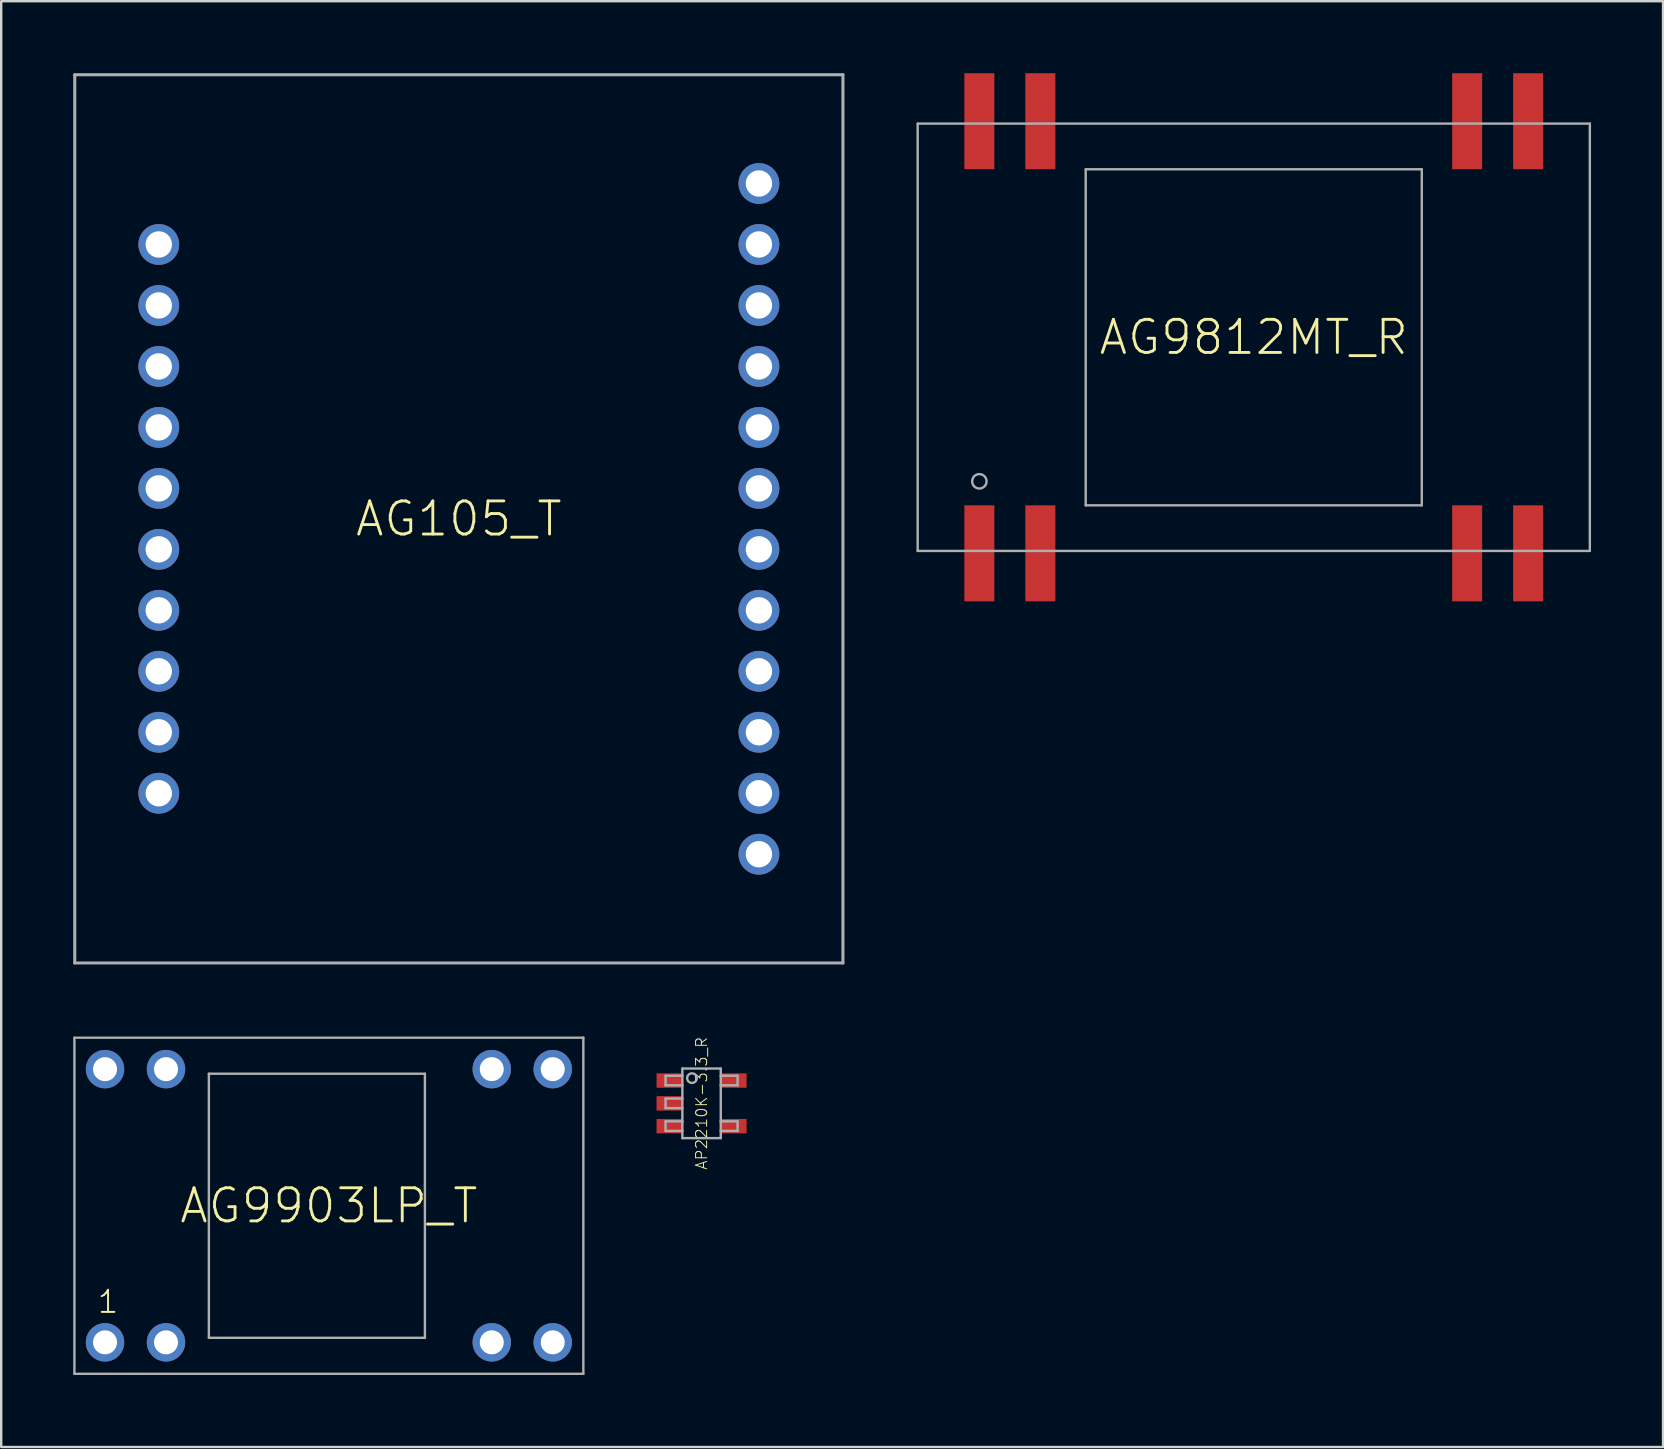
<source format=kicad_pcb>
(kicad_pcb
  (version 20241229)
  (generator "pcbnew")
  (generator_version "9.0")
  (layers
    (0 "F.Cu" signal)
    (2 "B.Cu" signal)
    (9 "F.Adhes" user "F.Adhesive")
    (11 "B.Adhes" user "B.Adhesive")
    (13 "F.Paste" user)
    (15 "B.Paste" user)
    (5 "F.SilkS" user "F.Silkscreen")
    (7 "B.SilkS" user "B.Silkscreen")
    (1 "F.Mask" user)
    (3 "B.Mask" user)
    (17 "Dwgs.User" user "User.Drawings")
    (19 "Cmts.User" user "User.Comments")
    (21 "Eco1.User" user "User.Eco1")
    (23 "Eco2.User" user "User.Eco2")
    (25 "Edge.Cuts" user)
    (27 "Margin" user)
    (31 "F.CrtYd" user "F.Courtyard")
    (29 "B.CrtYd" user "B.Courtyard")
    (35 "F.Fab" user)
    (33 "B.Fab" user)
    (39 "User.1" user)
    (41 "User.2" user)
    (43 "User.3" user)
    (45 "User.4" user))
  (footprint "AP2210K-3.3_R"
    (layer "F.Cu")
    (at 26.175 42.912)
    (property "Reference" "AP2210K-3.3_R" (at 0 0 90) (unlocked yes) (layer "F.SilkS") (effects (font (size 0.46 0.46) (thickness 0.04))))
    (fp_line (start -1.5 -1.15) (end -1.5 -0.75) (stroke (width 0.1) (type solid)) (layer "F.Fab"))
    (fp_line (start -1.5 -0.75) (end -0.8 -0.75) (stroke (width 0.1) (type solid)) (layer "F.Fab"))
    (fp_line (start -1.5 -0.2) (end -1.5 0.2) (stroke (width 0.1) (type solid)) (layer "F.Fab"))
    (fp_line (start -1.5 0.75) (end -1.5 1.15) (stroke (width 0.1) (type solid)) (layer "F.Fab"))
    (fp_line (start -0.8 -1.45) (end 0.8 -1.45) (stroke (width 0.1) (type solid)) (layer "F.Fab"))
    (fp_line (start -0.8 -1.15) (end -1.5 -1.15) (stroke (width 0.1) (type solid)) (layer "F.Fab"))
    (fp_line (start -0.8 -1.15) (end -0.8 -1.45) (stroke (width 0.1) (type solid)) (layer "F.Fab"))
    (fp_line (start -0.8 -0.75) (end -0.8 -1.15) (stroke (width 0.1) (type solid)) (layer "F.Fab"))
    (fp_line (start -0.8 -0.2) (end -1.5 -0.2) (stroke (width 0.1) (type solid)) (layer "F.Fab"))
    (fp_line (start -0.8 -0.2) (end -0.8 -0.75) (stroke (width 0.1) (type solid)) (layer "F.Fab"))
    (fp_line (start -0.8 0.2) (end -1.5 0.2) (stroke (width 0.1) (type solid)) (layer "F.Fab"))
    (fp_line (start -0.8 0.2) (end -0.8 -0.2) (stroke (width 0.1) (type solid)) (layer "F.Fab"))
    (fp_line (start -0.8 0.75) (end -1.5 0.75) (stroke (width 0.1) (type solid)) (layer "F.Fab"))
    (fp_line (start -0.8 0.75) (end -0.8 0.2) (stroke (width 0.1) (type solid)) (layer "F.Fab"))
    (fp_line (start -0.8 1.15) (end -1.5 1.15) (stroke (width 0.1) (type solid)) (layer "F.Fab"))
    (fp_line (start -0.8 1.15) (end -0.8 0.75) (stroke (width 0.1) (type solid)) (layer "F.Fab"))
    (fp_line (start -0.8 1.45) (end -0.8 1.15) (stroke (width 0.1) (type solid)) (layer "F.Fab"))
    (fp_line (start 0.8 -1.45) (end 0.8 -1.15) (stroke (width 0.1) (type solid)) (layer "F.Fab"))
    (fp_line (start 0.8 -1.15) (end 0.8 -0.75) (stroke (width 0.1) (type solid)) (layer "F.Fab"))
    (fp_line (start 0.8 -0.75) (end 0.8 0.75) (stroke (width 0.1) (type solid)) (layer "F.Fab"))
    (fp_line (start 0.8 0.75) (end 0.8 1.15) (stroke (width 0.1) (type solid)) (layer "F.Fab"))
    (fp_line (start 0.8 1.15) (end 0.8 1.45) (stroke (width 0.1) (type solid)) (layer "F.Fab"))
    (fp_line (start 0.8 1.45) (end -0.8 1.45) (stroke (width 0.1) (type solid)) (layer "F.Fab"))
    (fp_line (start 1.5 -1.15) (end 0.8 -1.15) (stroke (width 0.1) (type solid)) (layer "F.Fab"))
    (fp_line (start 1.5 -1.15) (end 1.5 -0.75) (stroke (width 0.1) (type solid)) (layer "F.Fab"))
    (fp_line (start 1.5 -0.75) (end 0.8 -0.75) (stroke (width 0.1) (type solid)) (layer "F.Fab"))
    (fp_line (start 1.5 0.75) (end 0.8 0.75) (stroke (width 0.1) (type solid)) (layer "F.Fab"))
    (fp_line (start 1.5 0.75) (end 1.5 1.15) (stroke (width 0.1) (type solid)) (layer "F.Fab"))
    (fp_line (start 1.5 1.15) (end 0.8 1.15) (stroke (width 0.1) (type solid)) (layer "F.Fab"))
    (fp_circle (center -0.4 -1.05) (end -0.2 -1.05) (stroke (width 0.1) (type solid)) (fill no) (layer "F.Fab"))
    (pad "1" smd rect (at -1.35 -0.95) (size 1.05 0.6) (layers "F.Cu" "F.Mask" "F.Paste"))
    (pad "2" smd rect (at -1.35 0) (size 1.05 0.6) (layers "F.Cu" "F.Mask" "F.Paste"))
    (pad "3" smd rect (at -1.35 0.95) (size 1.05 0.6) (layers "F.Cu" "F.Mask" "F.Paste"))
    (pad "4" smd rect (at 1.35 0.95) (size 1.05 0.6) (layers "F.Cu" "F.Mask" "F.Paste"))
    (pad "5" smd rect (at 1.35 -0.95) (size 1.05 0.6) (layers "F.Cu" "F.Mask" "F.Paste")))
  (footprint "AG9812MT_R"
    (layer "F.Cu")
    (at 49.177 11)
    (property "Reference" "AG9812MT_R" (at 0 0 0) (unlocked yes) (layer "F.SilkS") (effects (font (size 1.38 1.38) (thickness 0.12))))
    (fp_line (start -14 -8.9) (end -14 8.9) (stroke (width 0.1) (type solid)) (layer "F.Fab"))
    (fp_line (start -14 8.9) (end 14 8.9) (stroke (width 0.1) (type solid)) (layer "F.Fab"))
    (fp_line (start -7 -7) (end -7 7) (stroke (width 0.1) (type solid)) (layer "F.Fab"))
    (fp_line (start -7 7) (end 7 7) (stroke (width 0.1) (type solid)) (layer "F.Fab"))
    (fp_line (start 7 -7) (end -7 -7) (stroke (width 0.1) (type solid)) (layer "F.Fab"))
    (fp_line (start 7 7) (end 7 -7) (stroke (width 0.1) (type solid)) (layer "F.Fab"))
    (fp_line (start 14 -8.9) (end -14 -8.9) (stroke (width 0.1) (type solid)) (layer "F.Fab"))
    (fp_line (start 14 8.9) (end 14 -8.9) (stroke (width 0.1) (type solid)) (layer "F.Fab"))
    (fp_circle (center -11.43 6) (end -11.13 6) (stroke (width 0.1) (type solid)) (fill no) (layer "F.Fab"))
    (pad "1" smd rect (at -11.43 9) (size 1.25 4) (layers "F.Cu" "F.Mask" "F.Paste"))
    (pad "2" smd rect (at -8.89 9) (size 1.25 4) (layers "F.Cu" "F.Mask" "F.Paste"))
    (pad "3" smd rect (at 8.89 9) (size 1.25 4) (layers "F.Cu" "F.Mask" "F.Paste"))
    (pad "4" smd rect (at 11.43 9) (size 1.25 4) (layers "F.Cu" "F.Mask" "F.Paste"))
    (pad "5" smd rect (at 11.43 -9) (size 1.25 4) (layers "F.Cu" "F.Mask" "F.Paste"))
    (pad "6" smd rect (at 8.89 -9) (size 1.25 4) (layers "F.Cu" "F.Mask" "F.Paste"))
    (pad "7" smd rect (at -8.89 -9) (size 1.25 4) (layers "F.Cu" "F.Mask" "F.Paste"))
    (pad "8" smd rect (at -11.43 -9) (size 1.25 4) (layers "F.Cu" "F.Mask" "F.Paste")))
  (footprint "AG9903LP_T"
    (layer "F.Cu")
    (at 10.65 47.177)
    (property "Reference" "AG9903LP_T" (at 0 0 0) (unlocked yes) (layer "F.SilkS") (effects (font (size 1.38 1.38) (thickness 0.12))))
    (fp_line (start -10.6 -7) (end -10.6 7) (stroke (width 0.1) (type solid)) (layer "F.Fab"))
    (fp_line (start -10.6 7) (end 10.6 7) (stroke (width 0.1) (type solid)) (layer "F.Fab"))
    (fp_line (start -5 -5.5) (end -5 5.5) (stroke (width 0.1) (type solid)) (layer "F.Fab"))
    (fp_line (start -5 -5.5) (end 4 -5.5) (stroke (width 0.1) (type solid)) (layer "F.Fab"))
    (fp_line (start -5 5.5) (end 4 5.5) (stroke (width 0.1) (type solid)) (layer "F.Fab"))
    (fp_line (start 4 -5.5) (end 4 5.5) (stroke (width 0.1) (type solid)) (layer "F.Fab"))
    (fp_line (start 10.6 -7) (end -10.6 -7) (stroke (width 0.1) (type solid)) (layer "F.Fab"))
    (fp_line (start 10.6 7) (end 10.6 -7) (stroke (width 0.1) (type solid)) (layer "F.Fab"))
    (fp_text user "1" (at -9.2 4 0) (layer "F.SilkS") (effects (font (size 0.92 0.92) (thickness 0.08))))
    (pad "1" thru_hole circle (at -9.325 5.69) (size 1.6 1.6) (drill 1) (layers "*.Cu" "*.Mask"))
    (pad "2" thru_hole circle (at -6.785 5.69) (size 1.6 1.6) (drill 1) (layers "*.Cu" "*.Mask"))
    (pad "3" thru_hole circle (at 6.785 5.69) (size 1.6 1.6) (drill 1) (layers "*.Cu" "*.Mask"))
    (pad "4" thru_hole circle (at 9.325 5.69) (size 1.6 1.6) (drill 1) (layers "*.Cu" "*.Mask"))
    (pad "5" thru_hole circle (at 9.325 -5.69) (size 1.6 1.6) (drill 1) (layers "*.Cu" "*.Mask"))
    (pad "6" thru_hole circle (at 6.785 -5.69) (size 1.6 1.6) (drill 1) (layers "*.Cu" "*.Mask"))
    (pad "7" thru_hole circle (at -6.785 -5.69) (size 1.6 1.6) (drill 1) (layers "*.Cu" "*.Mask"))
    (pad "8" thru_hole circle (at -9.325 -5.69) (size 1.6 1.6) (drill 1) (layers "*.Cu" "*.Mask")))
  (footprint "AG105_T"
    (layer "F.Cu")
    (at 16.064 18.564)
    (property "Reference" "AG105_T" (at 0 0 0) (unlocked yes) (layer "F.SilkS") (effects (font (size 1.38 1.38) (thickness 0.12))))
    (fp_line (start -16 -18.5) (end 16 -18.5) (stroke (width 0.127) (type solid)) (layer "F.Fab"))
    (fp_line (start -16 18.5) (end -16 -18.5) (stroke (width 0.127) (type solid)) (layer "F.Fab"))
    (fp_line (start 16 -18.5) (end 16 18.5) (stroke (width 0.127) (type solid)) (layer "F.Fab"))
    (fp_line (start 16 18.5) (end -16 18.5) (stroke (width 0.127) (type solid)) (layer "F.Fab"))
    (pad "1" thru_hole circle (at -12.5 -11.43) (size 1.7 1.7) (drill 1.1) (layers "*.Cu" "*.Mask"))
    (pad "2" thru_hole circle (at -12.5 -8.89) (size 1.7 1.7) (drill 1.1) (layers "*.Cu" "*.Mask"))
    (pad "3" thru_hole circle (at -12.5 -6.35) (size 1.7 1.7) (drill 1.1) (layers "*.Cu" "*.Mask"))
    (pad "4" thru_hole circle (at -12.5 -3.81) (size 1.7 1.7) (drill 1.1) (layers "*.Cu" "*.Mask"))
    (pad "5" thru_hole circle (at -12.5 -1.27) (size 1.7 1.7) (drill 1.1) (layers "*.Cu" "*.Mask"))
    (pad "6" thru_hole circle (at -12.5 1.27) (size 1.7 1.7) (drill 1.1) (layers "*.Cu" "*.Mask"))
    (pad "7" thru_hole circle (at -12.5 3.81) (size 1.7 1.7) (drill 1.1) (layers "*.Cu" "*.Mask"))
    (pad "8" thru_hole circle (at -12.5 6.35) (size 1.7 1.7) (drill 1.1) (layers "*.Cu" "*.Mask"))
    (pad "9" thru_hole circle (at -12.5 8.89) (size 1.7 1.7) (drill 1.1) (layers "*.Cu" "*.Mask"))
    (pad "10" thru_hole circle (at -12.5 11.43) (size 1.7 1.7) (drill 1.1) (layers "*.Cu" "*.Mask"))
    (pad "11" thru_hole circle (at 12.5 13.97 180) (size 1.7 1.7) (drill 1.1) (layers "*.Cu" "*.Mask"))
    (pad "12" thru_hole circle (at 12.5 11.43 180) (size 1.7 1.7) (drill 1.1) (layers "*.Cu" "*.Mask"))
    (pad "13" thru_hole circle (at 12.5 8.89 180) (size 1.7 1.7) (drill 1.1) (layers "*.Cu" "*.Mask"))
    (pad "14" thru_hole circle (at 12.5 6.35 180) (size 1.7 1.7) (drill 1.1) (layers "*.Cu" "*.Mask"))
    (pad "15" thru_hole circle (at 12.5 3.81 180) (size 1.7 1.7) (drill 1.1) (layers "*.Cu" "*.Mask"))
    (pad "16" thru_hole circle (at 12.5 1.27 180) (size 1.7 1.7) (drill 1.1) (layers "*.Cu" "*.Mask"))
    (pad "17" thru_hole circle (at 12.5 -1.27 180) (size 1.7 1.7) (drill 1.1) (layers "*.Cu" "*.Mask"))
    (pad "18" thru_hole circle (at 12.5 -3.81 180) (size 1.7 1.7) (drill 1.1) (layers "*.Cu" "*.Mask"))
    (pad "19" thru_hole circle (at 12.5 -6.35 180) (size 1.7 1.7) (drill 1.1) (layers "*.Cu" "*.Mask"))
    (pad "20" thru_hole circle (at 12.5 -8.89 180) (size 1.7 1.7) (drill 1.1) (layers "*.Cu" "*.Mask"))
    (pad "21" thru_hole circle (at 12.5 -11.43 180) (size 1.7 1.7) (drill 1.1) (layers "*.Cu" "*.Mask"))
    (pad "22" thru_hole circle (at 12.5 -13.97 180) (size 1.7 1.7) (drill 1.1) (layers "*.Cu" "*.Mask")))
  (gr_rect
    (start -3 -3)
    (end 66.227 57.227)
    (stroke (width 0.1) (type default))
    (fill no)
    (layer "Edge.Cuts")))
</source>
